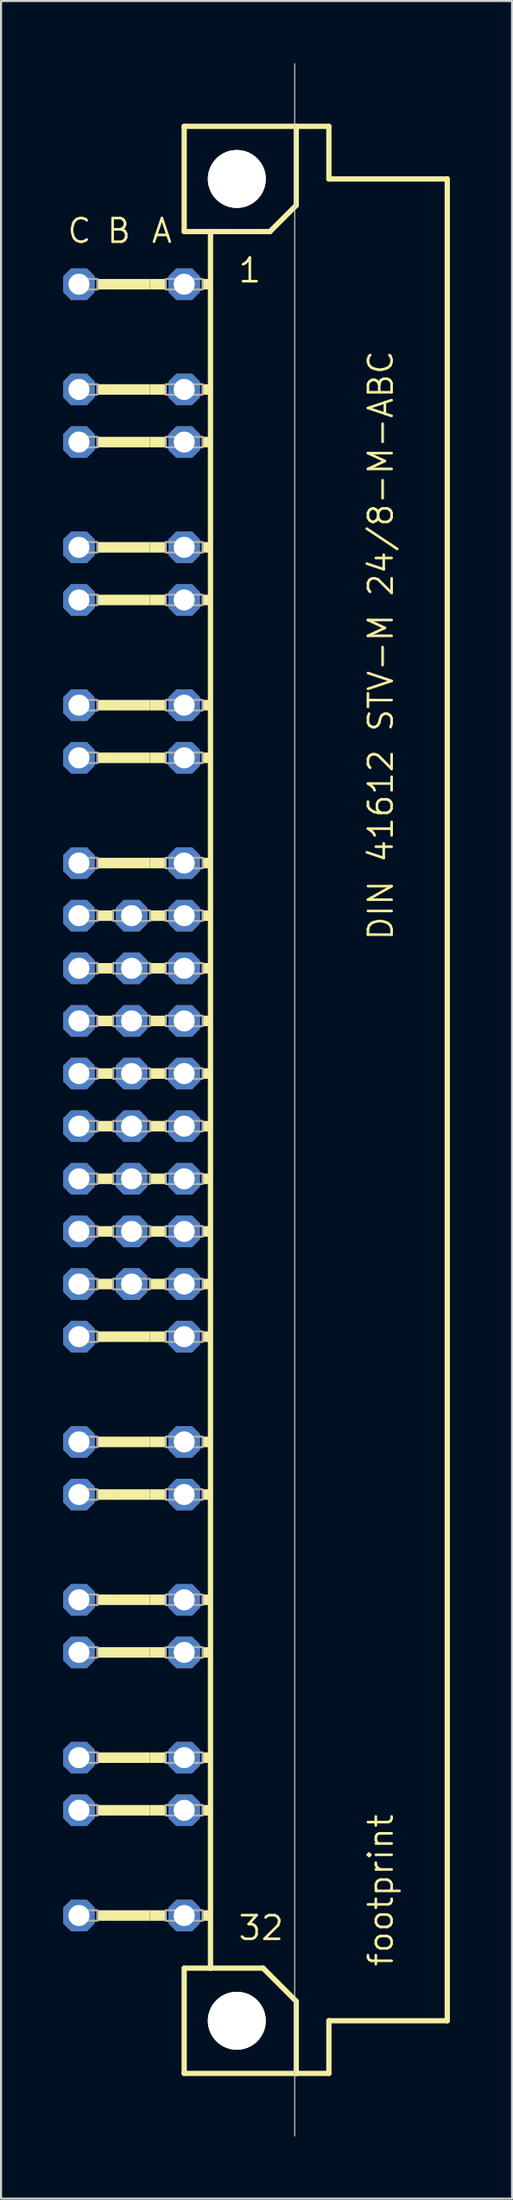
<source format=kicad_pcb>
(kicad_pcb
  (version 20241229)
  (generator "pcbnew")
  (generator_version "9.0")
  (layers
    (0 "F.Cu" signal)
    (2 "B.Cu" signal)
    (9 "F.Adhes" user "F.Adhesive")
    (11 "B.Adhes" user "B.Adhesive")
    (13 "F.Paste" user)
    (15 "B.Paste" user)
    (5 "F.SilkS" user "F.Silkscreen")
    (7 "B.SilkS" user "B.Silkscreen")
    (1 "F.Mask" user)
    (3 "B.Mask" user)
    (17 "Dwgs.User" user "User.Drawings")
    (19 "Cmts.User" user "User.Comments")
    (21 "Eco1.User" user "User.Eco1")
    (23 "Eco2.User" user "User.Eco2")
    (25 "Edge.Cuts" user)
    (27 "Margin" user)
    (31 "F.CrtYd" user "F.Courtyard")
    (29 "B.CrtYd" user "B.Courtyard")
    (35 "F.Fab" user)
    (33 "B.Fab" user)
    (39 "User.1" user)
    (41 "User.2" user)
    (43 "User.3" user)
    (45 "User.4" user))
  (footprint "footprint"
    (layer "F.Cu")
    (at 8.382 50.038)
    (property "Reference" "footprint" (at 7.62 41.91 90) (layer "F.SilkS") (effects (font (size 1.143 1.143) (thickness 0.127)) (justify left bottom)))
    (fp_line (start -2.54 -46.99) (end -2.54 -41.91) (stroke (width 0.254) (type solid)) (layer "F.SilkS"))
    (fp_line (start -2.54 -41.91) (end -1.27 -41.91) (stroke (width 0.254) (type solid)) (layer "F.SilkS"))
    (fp_line (start -2.54 41.91) (end -2.54 46.99) (stroke (width 0.254) (type solid)) (layer "F.SilkS"))
    (fp_line (start -2.54 41.91) (end -1.27 41.91) (stroke (width 0.254) (type solid)) (layer "F.SilkS"))
    (fp_line (start -2.54 46.99) (end 2.87 46.99) (stroke (width 0.254) (type solid)) (layer "F.SilkS"))
    (fp_line (start -1.27 -41.91) (end -1.27 41.91) (stroke (width 0.254) (type solid)) (layer "F.SilkS"))
    (fp_line (start -1.27 -41.91) (end 1.6 -41.91) (stroke (width 0.254) (type solid)) (layer "F.SilkS"))
    (fp_line (start -1.27 41.91) (end 1.27 41.91) (stroke (width 0.254) (type solid)) (layer "F.SilkS"))
    (fp_line (start 1.6 -41.91) (end 2.87 -43.18) (stroke (width 0.254) (type solid)) (layer "F.SilkS"))
    (fp_line (start 2.87 -46.99) (end -2.54 -46.99) (stroke (width 0.254) (type solid)) (layer "F.SilkS"))
    (fp_line (start 2.87 -43.18) (end 2.87 -46.99) (stroke (width 0.254) (type solid)) (layer "F.SilkS"))
    (fp_line (start 2.87 43.51) (end 1.27 41.91) (stroke (width 0.254) (type solid)) (layer "F.SilkS"))
    (fp_line (start 2.87 43.51) (end 2.87 46.99) (stroke (width 0.254) (type solid)) (layer "F.SilkS"))
    (fp_line (start 2.87 46.99) (end 4.445 46.99) (stroke (width 0.254) (type solid)) (layer "F.SilkS"))
    (fp_line (start 4.445 -46.99) (end 2.87 -46.99) (stroke (width 0.254) (type solid)) (layer "F.SilkS"))
    (fp_line (start 4.445 -44.45) (end 4.445 -46.99) (stroke (width 0.254) (type solid)) (layer "F.SilkS"))
    (fp_line (start 4.445 44.45) (end 10.16 44.45) (stroke (width 0.254) (type solid)) (layer "F.SilkS"))
    (fp_line (start 4.445 46.99) (end 4.445 44.45) (stroke (width 0.254) (type solid)) (layer "F.SilkS"))
    (fp_line (start 10.16 -44.45) (end 4.445 -44.45) (stroke (width 0.254) (type solid)) (layer "F.SilkS"))
    (fp_line (start 10.16 44.45) (end 10.16 -44.45) (stroke (width 0.254) (type solid)) (layer "F.SilkS"))
    (fp_circle (center 0 -44.45) (end 1.27 -44.45) (stroke (width 0.254) (type solid)) (fill no) (layer "F.SilkS"))
    (fp_circle (center 0 44.45) (end 1.27 44.45) (stroke (width 0.254) (type solid)) (fill no) (layer "F.SilkS"))
    (fp_poly (pts (xy -6.731 -39.116) (xy -5.969 -39.116) (xy -5.969 -39.624) (xy -6.731 -39.624)) (stroke (width 0) (type solid)) (fill yes) (layer "F.SilkS"))
    (fp_poly (pts (xy -6.731 -34.036) (xy -5.969 -34.036) (xy -5.969 -34.544) (xy -6.731 -34.544)) (stroke (width 0) (type solid)) (fill yes) (layer "F.SilkS"))
    (fp_poly (pts (xy -6.731 -31.496) (xy -5.969 -31.496) (xy -5.969 -32.004) (xy -6.731 -32.004)) (stroke (width 0) (type solid)) (fill yes) (layer "F.SilkS"))
    (fp_poly (pts (xy -6.731 -26.416) (xy -5.969 -26.416) (xy -5.969 -26.924) (xy -6.731 -26.924)) (stroke (width 0) (type solid)) (fill yes) (layer "F.SilkS"))
    (fp_poly (pts (xy -6.731 -23.876) (xy -5.969 -23.876) (xy -5.969 -24.384) (xy -6.731 -24.384)) (stroke (width 0) (type solid)) (fill yes) (layer "F.SilkS"))
    (fp_poly (pts (xy -6.731 -18.796) (xy -5.969 -18.796) (xy -5.969 -19.304) (xy -6.731 -19.304)) (stroke (width 0) (type solid)) (fill yes) (layer "F.SilkS"))
    (fp_poly (pts (xy -6.731 -16.256) (xy -5.969 -16.256) (xy -5.969 -16.764) (xy -6.731 -16.764)) (stroke (width 0) (type solid)) (fill yes) (layer "F.SilkS"))
    (fp_poly (pts (xy -6.731 -11.176) (xy -5.969 -11.176) (xy -5.969 -11.684) (xy -6.731 -11.684)) (stroke (width 0) (type solid)) (fill yes) (layer "F.SilkS"))
    (fp_poly (pts (xy -6.731 -8.636) (xy -5.969 -8.636) (xy -5.969 -9.144) (xy -6.731 -9.144)) (stroke (width 0) (type solid)) (fill yes) (layer "F.SilkS"))
    (fp_poly (pts (xy -6.731 -6.096) (xy -5.969 -6.096) (xy -5.969 -6.604) (xy -6.731 -6.604)) (stroke (width 0) (type solid)) (fill yes) (layer "F.SilkS"))
    (fp_poly (pts (xy -6.731 -3.556) (xy -5.969 -3.556) (xy -5.969 -4.064) (xy -6.731 -4.064)) (stroke (width 0) (type solid)) (fill yes) (layer "F.SilkS"))
    (fp_poly (pts (xy -6.731 -1.016) (xy -5.969 -1.016) (xy -5.969 -1.524) (xy -6.731 -1.524)) (stroke (width 0) (type solid)) (fill yes) (layer "F.SilkS"))
    (fp_poly (pts (xy -6.731 1.524) (xy -5.969 1.524) (xy -5.969 1.016) (xy -6.731 1.016)) (stroke (width 0) (type solid)) (fill yes) (layer "F.SilkS"))
    (fp_poly (pts (xy -6.731 4.064) (xy -5.969 4.064) (xy -5.969 3.556) (xy -6.731 3.556)) (stroke (width 0) (type solid)) (fill yes) (layer "F.SilkS"))
    (fp_poly (pts (xy -6.731 6.604) (xy -5.969 6.604) (xy -5.969 6.096) (xy -6.731 6.096)) (stroke (width 0) (type solid)) (fill yes) (layer "F.SilkS"))
    (fp_poly (pts (xy -6.731 9.144) (xy -5.969 9.144) (xy -5.969 8.636) (xy -6.731 8.636)) (stroke (width 0) (type solid)) (fill yes) (layer "F.SilkS"))
    (fp_poly (pts (xy -6.731 11.684) (xy -5.969 11.684) (xy -5.969 11.176) (xy -6.731 11.176)) (stroke (width 0) (type solid)) (fill yes) (layer "F.SilkS"))
    (fp_poly (pts (xy -6.731 16.764) (xy -5.969 16.764) (xy -5.969 16.256) (xy -6.731 16.256)) (stroke (width 0) (type solid)) (fill yes) (layer "F.SilkS"))
    (fp_poly (pts (xy -6.731 19.304) (xy -5.969 19.304) (xy -5.969 18.796) (xy -6.731 18.796)) (stroke (width 0) (type solid)) (fill yes) (layer "F.SilkS"))
    (fp_poly (pts (xy -6.731 24.384) (xy -5.969 24.384) (xy -5.969 23.876) (xy -6.731 23.876)) (stroke (width 0) (type solid)) (fill yes) (layer "F.SilkS"))
    (fp_poly (pts (xy -6.731 26.924) (xy -5.969 26.924) (xy -5.969 26.416) (xy -6.731 26.416)) (stroke (width 0) (type solid)) (fill yes) (layer "F.SilkS"))
    (fp_poly (pts (xy -6.731 32.004) (xy -5.969 32.004) (xy -5.969 31.496) (xy -6.731 31.496)) (stroke (width 0) (type solid)) (fill yes) (layer "F.SilkS"))
    (fp_poly (pts (xy -6.731 34.544) (xy -5.969 34.544) (xy -5.969 34.036) (xy -6.731 34.036)) (stroke (width 0) (type solid)) (fill yes) (layer "F.SilkS"))
    (fp_poly (pts (xy -6.731 39.624) (xy -5.969 39.624) (xy -5.969 39.116) (xy -6.731 39.116)) (stroke (width 0) (type solid)) (fill yes) (layer "F.SilkS"))
    (fp_poly (pts (xy -5.969 -39.116) (xy -4.191 -39.116) (xy -4.191 -39.624) (xy -5.969 -39.624)) (stroke (width 0) (type solid)) (fill yes) (layer "F.SilkS"))
    (fp_poly (pts (xy -5.969 -34.036) (xy -4.191 -34.036) (xy -4.191 -34.544) (xy -5.969 -34.544)) (stroke (width 0) (type solid)) (fill yes) (layer "F.SilkS"))
    (fp_poly (pts (xy -5.969 -31.496) (xy -4.191 -31.496) (xy -4.191 -32.004) (xy -5.969 -32.004)) (stroke (width 0) (type solid)) (fill yes) (layer "F.SilkS"))
    (fp_poly (pts (xy -5.969 -26.416) (xy -4.191 -26.416) (xy -4.191 -26.924) (xy -5.969 -26.924)) (stroke (width 0) (type solid)) (fill yes) (layer "F.SilkS"))
    (fp_poly (pts (xy -5.969 -23.876) (xy -4.191 -23.876) (xy -4.191 -24.384) (xy -5.969 -24.384)) (stroke (width 0) (type solid)) (fill yes) (layer "F.SilkS"))
    (fp_poly (pts (xy -5.969 -18.796) (xy -4.191 -18.796) (xy -4.191 -19.304) (xy -5.969 -19.304)) (stroke (width 0) (type solid)) (fill yes) (layer "F.SilkS"))
    (fp_poly (pts (xy -5.969 -16.256) (xy -4.191 -16.256) (xy -4.191 -16.764) (xy -5.969 -16.764)) (stroke (width 0) (type solid)) (fill yes) (layer "F.SilkS"))
    (fp_poly (pts (xy -5.969 -11.176) (xy -4.191 -11.176) (xy -4.191 -11.684) (xy -5.969 -11.684)) (stroke (width 0) (type solid)) (fill yes) (layer "F.SilkS"))
    (fp_poly (pts (xy -5.969 11.684) (xy -4.191 11.684) (xy -4.191 11.176) (xy -5.969 11.176)) (stroke (width 0) (type solid)) (fill yes) (layer "F.SilkS"))
    (fp_poly (pts (xy -5.969 16.764) (xy -4.191 16.764) (xy -4.191 16.256) (xy -5.969 16.256)) (stroke (width 0) (type solid)) (fill yes) (layer "F.SilkS"))
    (fp_poly (pts (xy -5.969 19.304) (xy -4.191 19.304) (xy -4.191 18.796) (xy -5.969 18.796)) (stroke (width 0) (type solid)) (fill yes) (layer "F.SilkS"))
    (fp_poly (pts (xy -5.969 24.384) (xy -4.191 24.384) (xy -4.191 23.876) (xy -5.969 23.876)) (stroke (width 0) (type solid)) (fill yes) (layer "F.SilkS"))
    (fp_poly (pts (xy -5.969 26.924) (xy -4.191 26.924) (xy -4.191 26.416) (xy -5.969 26.416)) (stroke (width 0) (type solid)) (fill yes) (layer "F.SilkS"))
    (fp_poly (pts (xy -5.969 32.004) (xy -4.191 32.004) (xy -4.191 31.496) (xy -5.969 31.496)) (stroke (width 0) (type solid)) (fill yes) (layer "F.SilkS"))
    (fp_poly (pts (xy -5.969 34.544) (xy -4.191 34.544) (xy -4.191 34.036) (xy -5.969 34.036)) (stroke (width 0) (type solid)) (fill yes) (layer "F.SilkS"))
    (fp_poly (pts (xy -5.969 39.624) (xy -4.191 39.624) (xy -4.191 39.116) (xy -5.969 39.116)) (stroke (width 0) (type solid)) (fill yes) (layer "F.SilkS"))
    (fp_poly (pts (xy -4.191 -39.116) (xy -3.429 -39.116) (xy -3.429 -39.624) (xy -4.191 -39.624)) (stroke (width 0) (type solid)) (fill yes) (layer "F.SilkS"))
    (fp_poly (pts (xy -4.191 -34.036) (xy -3.429 -34.036) (xy -3.429 -34.544) (xy -4.191 -34.544)) (stroke (width 0) (type solid)) (fill yes) (layer "F.SilkS"))
    (fp_poly (pts (xy -4.191 -31.496) (xy -3.429 -31.496) (xy -3.429 -32.004) (xy -4.191 -32.004)) (stroke (width 0) (type solid)) (fill yes) (layer "F.SilkS"))
    (fp_poly (pts (xy -4.191 -26.416) (xy -3.429 -26.416) (xy -3.429 -26.924) (xy -4.191 -26.924)) (stroke (width 0) (type solid)) (fill yes) (layer "F.SilkS"))
    (fp_poly (pts (xy -4.191 -23.876) (xy -3.429 -23.876) (xy -3.429 -24.384) (xy -4.191 -24.384)) (stroke (width 0) (type solid)) (fill yes) (layer "F.SilkS"))
    (fp_poly (pts (xy -4.191 -18.796) (xy -3.429 -18.796) (xy -3.429 -19.304) (xy -4.191 -19.304)) (stroke (width 0) (type solid)) (fill yes) (layer "F.SilkS"))
    (fp_poly (pts (xy -4.191 -16.256) (xy -3.429 -16.256) (xy -3.429 -16.764) (xy -4.191 -16.764)) (stroke (width 0) (type solid)) (fill yes) (layer "F.SilkS"))
    (fp_poly (pts (xy -4.191 -11.176) (xy -3.429 -11.176) (xy -3.429 -11.684) (xy -4.191 -11.684)) (stroke (width 0) (type solid)) (fill yes) (layer "F.SilkS"))
    (fp_poly (pts (xy -4.191 -8.636) (xy -3.429 -8.636) (xy -3.429 -9.144) (xy -4.191 -9.144)) (stroke (width 0) (type solid)) (fill yes) (layer "F.SilkS"))
    (fp_poly (pts (xy -4.191 -6.096) (xy -3.429 -6.096) (xy -3.429 -6.604) (xy -4.191 -6.604)) (stroke (width 0) (type solid)) (fill yes) (layer "F.SilkS"))
    (fp_poly (pts (xy -4.191 -3.556) (xy -3.429 -3.556) (xy -3.429 -4.064) (xy -4.191 -4.064)) (stroke (width 0) (type solid)) (fill yes) (layer "F.SilkS"))
    (fp_poly (pts (xy -4.191 -1.016) (xy -3.429 -1.016) (xy -3.429 -1.524) (xy -4.191 -1.524)) (stroke (width 0) (type solid)) (fill yes) (layer "F.SilkS"))
    (fp_poly (pts (xy -4.191 1.524) (xy -3.429 1.524) (xy -3.429 1.016) (xy -4.191 1.016)) (stroke (width 0) (type solid)) (fill yes) (layer "F.SilkS"))
    (fp_poly (pts (xy -4.191 4.064) (xy -3.429 4.064) (xy -3.429 3.556) (xy -4.191 3.556)) (stroke (width 0) (type solid)) (fill yes) (layer "F.SilkS"))
    (fp_poly (pts (xy -4.191 6.604) (xy -3.429 6.604) (xy -3.429 6.096) (xy -4.191 6.096)) (stroke (width 0) (type solid)) (fill yes) (layer "F.SilkS"))
    (fp_poly (pts (xy -4.191 9.144) (xy -3.429 9.144) (xy -3.429 8.636) (xy -4.191 8.636)) (stroke (width 0) (type solid)) (fill yes) (layer "F.SilkS"))
    (fp_poly (pts (xy -4.191 11.684) (xy -3.429 11.684) (xy -3.429 11.176) (xy -4.191 11.176)) (stroke (width 0) (type solid)) (fill yes) (layer "F.SilkS"))
    (fp_poly (pts (xy -4.191 16.764) (xy -3.429 16.764) (xy -3.429 16.256) (xy -4.191 16.256)) (stroke (width 0) (type solid)) (fill yes) (layer "F.SilkS"))
    (fp_poly (pts (xy -4.191 19.304) (xy -3.429 19.304) (xy -3.429 18.796) (xy -4.191 18.796)) (stroke (width 0) (type solid)) (fill yes) (layer "F.SilkS"))
    (fp_poly (pts (xy -4.191 24.384) (xy -3.429 24.384) (xy -3.429 23.876) (xy -4.191 23.876)) (stroke (width 0) (type solid)) (fill yes) (layer "F.SilkS"))
    (fp_poly (pts (xy -4.191 26.924) (xy -3.429 26.924) (xy -3.429 26.416) (xy -4.191 26.416)) (stroke (width 0) (type solid)) (fill yes) (layer "F.SilkS"))
    (fp_poly (pts (xy -4.191 32.004) (xy -3.429 32.004) (xy -3.429 31.496) (xy -4.191 31.496)) (stroke (width 0) (type solid)) (fill yes) (layer "F.SilkS"))
    (fp_poly (pts (xy -4.191 34.544) (xy -3.429 34.544) (xy -3.429 34.036) (xy -4.191 34.036)) (stroke (width 0) (type solid)) (fill yes) (layer "F.SilkS"))
    (fp_poly (pts (xy -4.191 39.624) (xy -3.429 39.624) (xy -3.429 39.116) (xy -4.191 39.116)) (stroke (width 0) (type solid)) (fill yes) (layer "F.SilkS"))
    (fp_poly (pts (xy -1.651 -39.116) (xy -1.27 -39.116) (xy -1.27 -39.624) (xy -1.651 -39.624)) (stroke (width 0) (type solid)) (fill yes) (layer "F.SilkS"))
    (fp_poly (pts (xy -1.651 -34.036) (xy -1.27 -34.036) (xy -1.27 -34.544) (xy -1.651 -34.544)) (stroke (width 0) (type solid)) (fill yes) (layer "F.SilkS"))
    (fp_poly (pts (xy -1.651 -31.496) (xy -1.27 -31.496) (xy -1.27 -32.004) (xy -1.651 -32.004)) (stroke (width 0) (type solid)) (fill yes) (layer "F.SilkS"))
    (fp_poly (pts (xy -1.651 -26.416) (xy -1.27 -26.416) (xy -1.27 -26.924) (xy -1.651 -26.924)) (stroke (width 0) (type solid)) (fill yes) (layer "F.SilkS"))
    (fp_poly (pts (xy -1.651 -23.876) (xy -1.27 -23.876) (xy -1.27 -24.384) (xy -1.651 -24.384)) (stroke (width 0) (type solid)) (fill yes) (layer "F.SilkS"))
    (fp_poly (pts (xy -1.651 -18.796) (xy -1.27 -18.796) (xy -1.27 -19.304) (xy -1.651 -19.304)) (stroke (width 0) (type solid)) (fill yes) (layer "F.SilkS"))
    (fp_poly (pts (xy -1.651 -16.256) (xy -1.27 -16.256) (xy -1.27 -16.764) (xy -1.651 -16.764)) (stroke (width 0) (type solid)) (fill yes) (layer "F.SilkS"))
    (fp_poly (pts (xy -1.651 -11.176) (xy -1.27 -11.176) (xy -1.27 -11.684) (xy -1.651 -11.684)) (stroke (width 0) (type solid)) (fill yes) (layer "F.SilkS"))
    (fp_poly (pts (xy -1.651 -8.636) (xy -1.27 -8.636) (xy -1.27 -9.144) (xy -1.651 -9.144)) (stroke (width 0) (type solid)) (fill yes) (layer "F.SilkS"))
    (fp_poly (pts (xy -1.651 -6.096) (xy -1.27 -6.096) (xy -1.27 -6.604) (xy -1.651 -6.604)) (stroke (width 0) (type solid)) (fill yes) (layer "F.SilkS"))
    (fp_poly (pts (xy -1.651 -3.556) (xy -1.27 -3.556) (xy -1.27 -4.064) (xy -1.651 -4.064)) (stroke (width 0) (type solid)) (fill yes) (layer "F.SilkS"))
    (fp_poly (pts (xy -1.651 -1.016) (xy -1.27 -1.016) (xy -1.27 -1.524) (xy -1.651 -1.524)) (stroke (width 0) (type solid)) (fill yes) (layer "F.SilkS"))
    (fp_poly (pts (xy -1.651 1.524) (xy -1.27 1.524) (xy -1.27 1.016) (xy -1.651 1.016)) (stroke (width 0) (type solid)) (fill yes) (layer "F.SilkS"))
    (fp_poly (pts (xy -1.651 4.064) (xy -1.27 4.064) (xy -1.27 3.556) (xy -1.651 3.556)) (stroke (width 0) (type solid)) (fill yes) (layer "F.SilkS"))
    (fp_poly (pts (xy -1.651 6.604) (xy -1.27 6.604) (xy -1.27 6.096) (xy -1.651 6.096)) (stroke (width 0) (type solid)) (fill yes) (layer "F.SilkS"))
    (fp_poly (pts (xy -1.651 9.144) (xy -1.27 9.144) (xy -1.27 8.636) (xy -1.651 8.636)) (stroke (width 0) (type solid)) (fill yes) (layer "F.SilkS"))
    (fp_poly (pts (xy -1.651 11.684) (xy -1.27 11.684) (xy -1.27 11.176) (xy -1.651 11.176)) (stroke (width 0) (type solid)) (fill yes) (layer "F.SilkS"))
    (fp_poly (pts (xy -1.651 16.764) (xy -1.27 16.764) (xy -1.27 16.256) (xy -1.651 16.256)) (stroke (width 0) (type solid)) (fill yes) (layer "F.SilkS"))
    (fp_poly (pts (xy -1.651 19.304) (xy -1.27 19.304) (xy -1.27 18.796) (xy -1.651 18.796)) (stroke (width 0) (type solid)) (fill yes) (layer "F.SilkS"))
    (fp_poly (pts (xy -1.651 24.384) (xy -1.27 24.384) (xy -1.27 23.876) (xy -1.651 23.876)) (stroke (width 0) (type solid)) (fill yes) (layer "F.SilkS"))
    (fp_poly (pts (xy -1.651 26.924) (xy -1.27 26.924) (xy -1.27 26.416) (xy -1.651 26.416)) (stroke (width 0) (type solid)) (fill yes) (layer "F.SilkS"))
    (fp_poly (pts (xy -1.651 32.004) (xy -1.27 32.004) (xy -1.27 31.496) (xy -1.651 31.496)) (stroke (width 0) (type solid)) (fill yes) (layer "F.SilkS"))
    (fp_poly (pts (xy -1.651 34.544) (xy -1.27 34.544) (xy -1.27 34.036) (xy -1.651 34.036)) (stroke (width 0) (type solid)) (fill yes) (layer "F.SilkS"))
    (fp_poly (pts (xy -1.651 39.624) (xy -1.27 39.624) (xy -1.27 39.116) (xy -1.651 39.116)) (stroke (width 0) (type solid)) (fill yes) (layer "F.SilkS"))
    (fp_line (start 2.794 50.013) (end 2.794 -50.013) (stroke (width 0.05) (type solid)) (layer "Edge.Cuts"))
    (fp_poly (pts (xy -7.874 -39.116) (xy -6.731 -39.116) (xy -6.731 -39.624) (xy -7.874 -39.624)) (stroke (width 0.1) (type solid)) (fill no) (layer "F.Fab"))
    (fp_poly (pts (xy -7.874 -34.036) (xy -6.731 -34.036) (xy -6.731 -34.544) (xy -7.874 -34.544)) (stroke (width 0.1) (type solid)) (fill no) (layer "F.Fab"))
    (fp_poly (pts (xy -7.874 -31.496) (xy -6.731 -31.496) (xy -6.731 -32.004) (xy -7.874 -32.004)) (stroke (width 0.1) (type solid)) (fill no) (layer "F.Fab"))
    (fp_poly (pts (xy -7.874 -26.416) (xy -6.731 -26.416) (xy -6.731 -26.924) (xy -7.874 -26.924)) (stroke (width 0.1) (type solid)) (fill no) (layer "F.Fab"))
    (fp_poly (pts (xy -7.874 -23.876) (xy -6.731 -23.876) (xy -6.731 -24.384) (xy -7.874 -24.384)) (stroke (width 0.1) (type solid)) (fill no) (layer "F.Fab"))
    (fp_poly (pts (xy -7.874 -18.796) (xy -6.731 -18.796) (xy -6.731 -19.304) (xy -7.874 -19.304)) (stroke (width 0.1) (type solid)) (fill no) (layer "F.Fab"))
    (fp_poly (pts (xy -7.874 -16.256) (xy -6.731 -16.256) (xy -6.731 -16.764) (xy -7.874 -16.764)) (stroke (width 0.1) (type solid)) (fill no) (layer "F.Fab"))
    (fp_poly (pts (xy -7.874 -11.176) (xy -6.731 -11.176) (xy -6.731 -11.684) (xy -7.874 -11.684)) (stroke (width 0.1) (type solid)) (fill no) (layer "F.Fab"))
    (fp_poly (pts (xy -7.874 -8.636) (xy -6.731 -8.636) (xy -6.731 -9.144) (xy -7.874 -9.144)) (stroke (width 0.1) (type solid)) (fill no) (layer "F.Fab"))
    (fp_poly (pts (xy -7.874 -6.096) (xy -6.731 -6.096) (xy -6.731 -6.604) (xy -7.874 -6.604)) (stroke (width 0.1) (type solid)) (fill no) (layer "F.Fab"))
    (fp_poly (pts (xy -7.874 -3.556) (xy -6.731 -3.556) (xy -6.731 -4.064) (xy -7.874 -4.064)) (stroke (width 0.1) (type solid)) (fill no) (layer "F.Fab"))
    (fp_poly (pts (xy -7.874 -1.016) (xy -6.731 -1.016) (xy -6.731 -1.524) (xy -7.874 -1.524)) (stroke (width 0.1) (type solid)) (fill no) (layer "F.Fab"))
    (fp_poly (pts (xy -7.874 1.524) (xy -6.731 1.524) (xy -6.731 1.016) (xy -7.874 1.016)) (stroke (width 0.1) (type solid)) (fill no) (layer "F.Fab"))
    (fp_poly (pts (xy -7.874 4.064) (xy -6.731 4.064) (xy -6.731 3.556) (xy -7.874 3.556)) (stroke (width 0.1) (type solid)) (fill no) (layer "F.Fab"))
    (fp_poly (pts (xy -7.874 6.604) (xy -6.731 6.604) (xy -6.731 6.096) (xy -7.874 6.096)) (stroke (width 0.1) (type solid)) (fill no) (layer "F.Fab"))
    (fp_poly (pts (xy -7.874 9.144) (xy -6.731 9.144) (xy -6.731 8.636) (xy -7.874 8.636)) (stroke (width 0.1) (type solid)) (fill no) (layer "F.Fab"))
    (fp_poly (pts (xy -7.874 11.684) (xy -6.731 11.684) (xy -6.731 11.176) (xy -7.874 11.176)) (stroke (width 0.1) (type solid)) (fill no) (layer "F.Fab"))
    (fp_poly (pts (xy -7.874 16.764) (xy -6.731 16.764) (xy -6.731 16.256) (xy -7.874 16.256)) (stroke (width 0.1) (type solid)) (fill no) (layer "F.Fab"))
    (fp_poly (pts (xy -7.874 19.304) (xy -6.731 19.304) (xy -6.731 18.796) (xy -7.874 18.796)) (stroke (width 0.1) (type solid)) (fill no) (layer "F.Fab"))
    (fp_poly (pts (xy -7.874 24.384) (xy -6.731 24.384) (xy -6.731 23.876) (xy -7.874 23.876)) (stroke (width 0.1) (type solid)) (fill no) (layer "F.Fab"))
    (fp_poly (pts (xy -7.874 26.924) (xy -6.731 26.924) (xy -6.731 26.416) (xy -7.874 26.416)) (stroke (width 0.1) (type solid)) (fill no) (layer "F.Fab"))
    (fp_poly (pts (xy -7.874 32.004) (xy -6.731 32.004) (xy -6.731 31.496) (xy -7.874 31.496)) (stroke (width 0.1) (type solid)) (fill no) (layer "F.Fab"))
    (fp_poly (pts (xy -7.874 34.544) (xy -6.731 34.544) (xy -6.731 34.036) (xy -7.874 34.036)) (stroke (width 0.1) (type solid)) (fill no) (layer "F.Fab"))
    (fp_poly (pts (xy -7.874 39.624) (xy -6.731 39.624) (xy -6.731 39.116) (xy -7.874 39.116)) (stroke (width 0.1) (type solid)) (fill no) (layer "F.Fab"))
    (fp_poly (pts (xy -5.969 -8.636) (xy -4.191 -8.636) (xy -4.191 -9.144) (xy -5.969 -9.144)) (stroke (width 0.1) (type solid)) (fill no) (layer "F.Fab"))
    (fp_poly (pts (xy -5.969 -6.096) (xy -4.191 -6.096) (xy -4.191 -6.604) (xy -5.969 -6.604)) (stroke (width 0.1) (type solid)) (fill no) (layer "F.Fab"))
    (fp_poly (pts (xy -5.969 -3.556) (xy -4.191 -3.556) (xy -4.191 -4.064) (xy -5.969 -4.064)) (stroke (width 0.1) (type solid)) (fill no) (layer "F.Fab"))
    (fp_poly (pts (xy -5.969 -1.016) (xy -4.191 -1.016) (xy -4.191 -1.524) (xy -5.969 -1.524)) (stroke (width 0.1) (type solid)) (fill no) (layer "F.Fab"))
    (fp_poly (pts (xy -5.969 1.524) (xy -4.191 1.524) (xy -4.191 1.016) (xy -5.969 1.016)) (stroke (width 0.1) (type solid)) (fill no) (layer "F.Fab"))
    (fp_poly (pts (xy -5.969 4.064) (xy -4.191 4.064) (xy -4.191 3.556) (xy -5.969 3.556)) (stroke (width 0.1) (type solid)) (fill no) (layer "F.Fab"))
    (fp_poly (pts (xy -5.969 6.604) (xy -4.191 6.604) (xy -4.191 6.096) (xy -5.969 6.096)) (stroke (width 0.1) (type solid)) (fill no) (layer "F.Fab"))
    (fp_poly (pts (xy -5.969 9.144) (xy -4.191 9.144) (xy -4.191 8.636) (xy -5.969 8.636)) (stroke (width 0.1) (type solid)) (fill no) (layer "F.Fab"))
    (fp_poly (pts (xy -3.429 -39.116) (xy -1.651 -39.116) (xy -1.651 -39.624) (xy -3.429 -39.624)) (stroke (width 0.1) (type solid)) (fill no) (layer "F.Fab"))
    (fp_poly (pts (xy -3.429 -34.036) (xy -1.651 -34.036) (xy -1.651 -34.544) (xy -3.429 -34.544)) (stroke (width 0.1) (type solid)) (fill no) (layer "F.Fab"))
    (fp_poly (pts (xy -3.429 -31.496) (xy -1.651 -31.496) (xy -1.651 -32.004) (xy -3.429 -32.004)) (stroke (width 0.1) (type solid)) (fill no) (layer "F.Fab"))
    (fp_poly (pts (xy -3.429 -26.416) (xy -1.651 -26.416) (xy -1.651 -26.924) (xy -3.429 -26.924)) (stroke (width 0.1) (type solid)) (fill no) (layer "F.Fab"))
    (fp_poly (pts (xy -3.429 -23.876) (xy -1.651 -23.876) (xy -1.651 -24.384) (xy -3.429 -24.384)) (stroke (width 0.1) (type solid)) (fill no) (layer "F.Fab"))
    (fp_poly (pts (xy -3.429 -18.796) (xy -1.651 -18.796) (xy -1.651 -19.304) (xy -3.429 -19.304)) (stroke (width 0.1) (type solid)) (fill no) (layer "F.Fab"))
    (fp_poly (pts (xy -3.429 -16.256) (xy -1.651 -16.256) (xy -1.651 -16.764) (xy -3.429 -16.764)) (stroke (width 0.1) (type solid)) (fill no) (layer "F.Fab"))
    (fp_poly (pts (xy -3.429 -11.176) (xy -1.651 -11.176) (xy -1.651 -11.684) (xy -3.429 -11.684)) (stroke (width 0.1) (type solid)) (fill no) (layer "F.Fab"))
    (fp_poly (pts (xy -3.429 -8.636) (xy -1.651 -8.636) (xy -1.651 -9.144) (xy -3.429 -9.144)) (stroke (width 0.1) (type solid)) (fill no) (layer "F.Fab"))
    (fp_poly (pts (xy -3.429 -6.096) (xy -1.651 -6.096) (xy -1.651 -6.604) (xy -3.429 -6.604)) (stroke (width 0.1) (type solid)) (fill no) (layer "F.Fab"))
    (fp_poly (pts (xy -3.429 -3.556) (xy -1.651 -3.556) (xy -1.651 -4.064) (xy -3.429 -4.064)) (stroke (width 0.1) (type solid)) (fill no) (layer "F.Fab"))
    (fp_poly (pts (xy -3.429 -1.016) (xy -1.651 -1.016) (xy -1.651 -1.524) (xy -3.429 -1.524)) (stroke (width 0.1) (type solid)) (fill no) (layer "F.Fab"))
    (fp_poly (pts (xy -3.429 1.524) (xy -1.651 1.524) (xy -1.651 1.016) (xy -3.429 1.016)) (stroke (width 0.1) (type solid)) (fill no) (layer "F.Fab"))
    (fp_poly (pts (xy -3.429 4.064) (xy -1.651 4.064) (xy -1.651 3.556) (xy -3.429 3.556)) (stroke (width 0.1) (type solid)) (fill no) (layer "F.Fab"))
    (fp_poly (pts (xy -3.429 6.604) (xy -1.651 6.604) (xy -1.651 6.096) (xy -3.429 6.096)) (stroke (width 0.1) (type solid)) (fill no) (layer "F.Fab"))
    (fp_poly (pts (xy -3.429 9.144) (xy -1.651 9.144) (xy -1.651 8.636) (xy -3.429 8.636)) (stroke (width 0.1) (type solid)) (fill no) (layer "F.Fab"))
    (fp_poly (pts (xy -3.429 11.684) (xy -1.651 11.684) (xy -1.651 11.176) (xy -3.429 11.176)) (stroke (width 0.1) (type solid)) (fill no) (layer "F.Fab"))
    (fp_poly (pts (xy -3.429 16.764) (xy -1.651 16.764) (xy -1.651 16.256) (xy -3.429 16.256)) (stroke (width 0.1) (type solid)) (fill no) (layer "F.Fab"))
    (fp_poly (pts (xy -3.429 19.304) (xy -1.651 19.304) (xy -1.651 18.796) (xy -3.429 18.796)) (stroke (width 0.1) (type solid)) (fill no) (layer "F.Fab"))
    (fp_poly (pts (xy -3.429 24.384) (xy -1.651 24.384) (xy -1.651 23.876) (xy -3.429 23.876)) (stroke (width 0.1) (type solid)) (fill no) (layer "F.Fab"))
    (fp_poly (pts (xy -3.429 26.924) (xy -1.651 26.924) (xy -1.651 26.416) (xy -3.429 26.416)) (stroke (width 0.1) (type solid)) (fill no) (layer "F.Fab"))
    (fp_poly (pts (xy -3.429 32.004) (xy -1.651 32.004) (xy -1.651 31.496) (xy -3.429 31.496)) (stroke (width 0.1) (type solid)) (fill no) (layer "F.Fab"))
    (fp_poly (pts (xy -3.429 34.544) (xy -1.651 34.544) (xy -1.651 34.036) (xy -3.429 34.036)) (stroke (width 0.1) (type solid)) (fill no) (layer "F.Fab"))
    (fp_poly (pts (xy -3.429 39.624) (xy -1.651 39.624) (xy -1.651 39.116) (xy -3.429 39.116)) (stroke (width 0.1) (type solid)) (fill no) (layer "F.Fab"))
    (fp_text user "DIN 41612 STV-M 24/8-M-ABC" (at 7.62 -7.62 90) (layer "F.SilkS") (effects (font (size 1.143 1.143) (thickness 0.127)) (justify left bottom)))
    (fp_text user "C" (at -8.255 -41.275 0) (layer "F.SilkS") (effects (font (size 1.143 1.143) (thickness 0.127)) (justify left bottom)))
    (fp_text user "B" (at -6.35 -41.275 0) (layer "F.SilkS") (effects (font (size 1.143 1.143) (thickness 0.127)) (justify left bottom)))
    (fp_text user "1" (at 0 -39.37 0) (layer "F.SilkS") (effects (font (size 1.143 1.143) (thickness 0.127)) (justify left bottom)))
    (fp_text user "32" (at 0 40.64 0) (layer "F.SilkS") (effects (font (size 1.143 1.143) (thickness 0.127)) (justify left bottom)))
    (fp_text user "A" (at -4.191 -41.275 0) (layer "F.SilkS") (effects (font (size 1.143 1.143) (thickness 0.127)) (justify left bottom)))
    (pad "" np_thru_hole circle (at 0 -44.45) (size 2.8 2.8) (drill 2.8) (layers "*.Cu" "*.Mask"))
    (pad "" np_thru_hole circle (at 0 44.45) (size 2.8 2.8) (drill 2.8) (layers "*.Cu" "*.Mask"))
    (pad "A1" thru_hole roundrect (at -2.54 -39.37) (size 1.524 1.524) (drill 1.016) (layers "*.Cu" "*.Mask") (roundrect_rratio 0.25) (chamfer_ratio 0.25) (chamfer top_left top_right bottom_left bottom_right))
    (pad "A3" thru_hole roundrect (at -2.54 -34.29) (size 1.524 1.524) (drill 1.016) (layers "*.Cu" "*.Mask") (roundrect_rratio 0.25) (chamfer_ratio 0.25) (chamfer top_left top_right bottom_left bottom_right))
    (pad "A4" thru_hole roundrect (at -2.54 -31.75) (size 1.524 1.524) (drill 1.016) (layers "*.Cu" "*.Mask") (roundrect_rratio 0.25) (chamfer_ratio 0.25) (chamfer top_left top_right bottom_left bottom_right))
    (pad "A6" thru_hole roundrect (at -2.54 -26.67) (size 1.524 1.524) (drill 1.016) (layers "*.Cu" "*.Mask") (roundrect_rratio 0.25) (chamfer_ratio 0.25) (chamfer top_left top_right bottom_left bottom_right))
    (pad "A7" thru_hole roundrect (at -2.54 -24.13) (size 1.524 1.524) (drill 1.016) (layers "*.Cu" "*.Mask") (roundrect_rratio 0.25) (chamfer_ratio 0.25) (chamfer top_left top_right bottom_left bottom_right))
    (pad "A9" thru_hole roundrect (at -2.54 -19.05) (size 1.524 1.524) (drill 1.016) (layers "*.Cu" "*.Mask") (roundrect_rratio 0.25) (chamfer_ratio 0.25) (chamfer top_left top_right bottom_left bottom_right))
    (pad "A10" thru_hole roundrect (at -2.54 -16.51) (size 1.524 1.524) (drill 1.016) (layers "*.Cu" "*.Mask") (roundrect_rratio 0.25) (chamfer_ratio 0.25) (chamfer top_left top_right bottom_left bottom_right))
    (pad "A12" thru_hole roundrect (at -2.54 -11.43) (size 1.524 1.524) (drill 1.016) (layers "*.Cu" "*.Mask") (roundrect_rratio 0.25) (chamfer_ratio 0.25) (chamfer top_left top_right bottom_left bottom_right))
    (pad "A13" thru_hole roundrect (at -2.54 -8.89) (size 1.524 1.524) (drill 1.016) (layers "*.Cu" "*.Mask") (roundrect_rratio 0.25) (chamfer_ratio 0.25) (chamfer top_left top_right bottom_left bottom_right))
    (pad "A14" thru_hole roundrect (at -2.54 -6.35) (size 1.524 1.524) (drill 1.016) (layers "*.Cu" "*.Mask") (roundrect_rratio 0.25) (chamfer_ratio 0.25) (chamfer top_left top_right bottom_left bottom_right))
    (pad "A15" thru_hole roundrect (at -2.54 -3.81) (size 1.524 1.524) (drill 1.016) (layers "*.Cu" "*.Mask") (roundrect_rratio 0.25) (chamfer_ratio 0.25) (chamfer top_left top_right bottom_left bottom_right))
    (pad "A16" thru_hole roundrect (at -2.54 -1.27) (size 1.524 1.524) (drill 1.016) (layers "*.Cu" "*.Mask") (roundrect_rratio 0.25) (chamfer_ratio 0.25) (chamfer top_left top_right bottom_left bottom_right))
    (pad "A17" thru_hole roundrect (at -2.54 1.27) (size 1.524 1.524) (drill 1.016) (layers "*.Cu" "*.Mask") (roundrect_rratio 0.25) (chamfer_ratio 0.25) (chamfer top_left top_right bottom_left bottom_right))
    (pad "A18" thru_hole roundrect (at -2.54 3.81) (size 1.524 1.524) (drill 1.016) (layers "*.Cu" "*.Mask") (roundrect_rratio 0.25) (chamfer_ratio 0.25) (chamfer top_left top_right bottom_left bottom_right))
    (pad "A19" thru_hole roundrect (at -2.54 6.35) (size 1.524 1.524) (drill 1.016) (layers "*.Cu" "*.Mask") (roundrect_rratio 0.25) (chamfer_ratio 0.25) (chamfer top_left top_right bottom_left bottom_right))
    (pad "A20" thru_hole roundrect (at -2.54 8.89) (size 1.524 1.524) (drill 1.016) (layers "*.Cu" "*.Mask") (roundrect_rratio 0.25) (chamfer_ratio 0.25) (chamfer top_left top_right bottom_left bottom_right))
    (pad "A21" thru_hole roundrect (at -2.54 11.43) (size 1.524 1.524) (drill 1.016) (layers "*.Cu" "*.Mask") (roundrect_rratio 0.25) (chamfer_ratio 0.25) (chamfer top_left top_right bottom_left bottom_right))
    (pad "A23" thru_hole roundrect (at -2.54 16.51) (size 1.524 1.524) (drill 1.016) (layers "*.Cu" "*.Mask") (roundrect_rratio 0.25) (chamfer_ratio 0.25) (chamfer top_left top_right bottom_left bottom_right))
    (pad "A24" thru_hole roundrect (at -2.54 19.05) (size 1.524 1.524) (drill 1.016) (layers "*.Cu" "*.Mask") (roundrect_rratio 0.25) (chamfer_ratio 0.25) (chamfer top_left top_right bottom_left bottom_right))
    (pad "A26" thru_hole roundrect (at -2.54 24.13) (size 1.524 1.524) (drill 1.016) (layers "*.Cu" "*.Mask") (roundrect_rratio 0.25) (chamfer_ratio 0.25) (chamfer top_left top_right bottom_left bottom_right))
    (pad "A27" thru_hole roundrect (at -2.54 26.67) (size 1.524 1.524) (drill 1.016) (layers "*.Cu" "*.Mask") (roundrect_rratio 0.25) (chamfer_ratio 0.25) (chamfer top_left top_right bottom_left bottom_right))
    (pad "A29" thru_hole roundrect (at -2.54 31.75) (size 1.524 1.524) (drill 1.016) (layers "*.Cu" "*.Mask") (roundrect_rratio 0.25) (chamfer_ratio 0.25) (chamfer top_left top_right bottom_left bottom_right))
    (pad "A30" thru_hole roundrect (at -2.54 34.29) (size 1.524 1.524) (drill 1.016) (layers "*.Cu" "*.Mask") (roundrect_rratio 0.25) (chamfer_ratio 0.25) (chamfer top_left top_right bottom_left bottom_right))
    (pad "A32" thru_hole roundrect (at -2.54 39.37) (size 1.524 1.524) (drill 1.016) (layers "*.Cu" "*.Mask") (roundrect_rratio 0.25) (chamfer_ratio 0.25) (chamfer top_left top_right bottom_left bottom_right))
    (pad "B13" thru_hole roundrect (at -5.08 -8.89) (size 1.524 1.524) (drill 1.016) (layers "*.Cu" "*.Mask") (roundrect_rratio 0.25) (chamfer_ratio 0.25) (chamfer top_left top_right bottom_left bottom_right))
    (pad "B14" thru_hole roundrect (at -5.08 -6.35) (size 1.524 1.524) (drill 1.016) (layers "*.Cu" "*.Mask") (roundrect_rratio 0.25) (chamfer_ratio 0.25) (chamfer top_left top_right bottom_left bottom_right))
    (pad "B15" thru_hole roundrect (at -5.08 -3.81) (size 1.524 1.524) (drill 1.016) (layers "*.Cu" "*.Mask") (roundrect_rratio 0.25) (chamfer_ratio 0.25) (chamfer top_left top_right bottom_left bottom_right))
    (pad "B16" thru_hole roundrect (at -5.08 -1.27) (size 1.524 1.524) (drill 1.016) (layers "*.Cu" "*.Mask") (roundrect_rratio 0.25) (chamfer_ratio 0.25) (chamfer top_left top_right bottom_left bottom_right))
    (pad "B17" thru_hole roundrect (at -5.08 1.27) (size 1.524 1.524) (drill 1.016) (layers "*.Cu" "*.Mask") (roundrect_rratio 0.25) (chamfer_ratio 0.25) (chamfer top_left top_right bottom_left bottom_right))
    (pad "B18" thru_hole roundrect (at -5.08 3.81) (size 1.524 1.524) (drill 1.016) (layers "*.Cu" "*.Mask") (roundrect_rratio 0.25) (chamfer_ratio 0.25) (chamfer top_left top_right bottom_left bottom_right))
    (pad "B19" thru_hole roundrect (at -5.08 6.35) (size 1.524 1.524) (drill 1.016) (layers "*.Cu" "*.Mask") (roundrect_rratio 0.25) (chamfer_ratio 0.25) (chamfer top_left top_right bottom_left bottom_right))
    (pad "B20" thru_hole roundrect (at -5.08 8.89) (size 1.524 1.524) (drill 1.016) (layers "*.Cu" "*.Mask") (roundrect_rratio 0.25) (chamfer_ratio 0.25) (chamfer top_left top_right bottom_left bottom_right))
    (pad "C1" thru_hole roundrect (at -7.62 -39.37) (size 1.524 1.524) (drill 1.016) (layers "*.Cu" "*.Mask") (roundrect_rratio 0.25) (chamfer_ratio 0.25) (chamfer top_left top_right bottom_left bottom_right))
    (pad "C3" thru_hole roundrect (at -7.62 -34.29) (size 1.524 1.524) (drill 1.016) (layers "*.Cu" "*.Mask") (roundrect_rratio 0.25) (chamfer_ratio 0.25) (chamfer top_left top_right bottom_left bottom_right))
    (pad "C4" thru_hole roundrect (at -7.62 -31.75) (size 1.524 1.524) (drill 1.016) (layers "*.Cu" "*.Mask") (roundrect_rratio 0.25) (chamfer_ratio 0.25) (chamfer top_left top_right bottom_left bottom_right))
    (pad "C6" thru_hole roundrect (at -7.62 -26.67) (size 1.524 1.524) (drill 1.016) (layers "*.Cu" "*.Mask") (roundrect_rratio 0.25) (chamfer_ratio 0.25) (chamfer top_left top_right bottom_left bottom_right))
    (pad "C7" thru_hole roundrect (at -7.62 -24.13) (size 1.524 1.524) (drill 1.016) (layers "*.Cu" "*.Mask") (roundrect_rratio 0.25) (chamfer_ratio 0.25) (chamfer top_left top_right bottom_left bottom_right))
    (pad "C9" thru_hole roundrect (at -7.62 -19.05) (size 1.524 1.524) (drill 1.016) (layers "*.Cu" "*.Mask") (roundrect_rratio 0.25) (chamfer_ratio 0.25) (chamfer top_left top_right bottom_left bottom_right))
    (pad "C10" thru_hole roundrect (at -7.62 -16.51) (size 1.524 1.524) (drill 1.016) (layers "*.Cu" "*.Mask") (roundrect_rratio 0.25) (chamfer_ratio 0.25) (chamfer top_left top_right bottom_left bottom_right))
    (pad "C12" thru_hole roundrect (at -7.62 -11.43) (size 1.524 1.524) (drill 1.016) (layers "*.Cu" "*.Mask") (roundrect_rratio 0.25) (chamfer_ratio 0.25) (chamfer top_left top_right bottom_left bottom_right))
    (pad "C13" thru_hole roundrect (at -7.62 -8.89) (size 1.524 1.524) (drill 1.016) (layers "*.Cu" "*.Mask") (roundrect_rratio 0.25) (chamfer_ratio 0.25) (chamfer top_left top_right bottom_left bottom_right))
    (pad "C14" thru_hole roundrect (at -7.62 -6.35) (size 1.524 1.524) (drill 1.016) (layers "*.Cu" "*.Mask") (roundrect_rratio 0.25) (chamfer_ratio 0.25) (chamfer top_left top_right bottom_left bottom_right))
    (pad "C15" thru_hole roundrect (at -7.62 -3.81) (size 1.524 1.524) (drill 1.016) (layers "*.Cu" "*.Mask") (roundrect_rratio 0.25) (chamfer_ratio 0.25) (chamfer top_left top_right bottom_left bottom_right))
    (pad "C16" thru_hole roundrect (at -7.62 -1.27) (size 1.524 1.524) (drill 1.016) (layers "*.Cu" "*.Mask") (roundrect_rratio 0.25) (chamfer_ratio 0.25) (chamfer top_left top_right bottom_left bottom_right))
    (pad "C17" thru_hole roundrect (at -7.62 1.27) (size 1.524 1.524) (drill 1.016) (layers "*.Cu" "*.Mask") (roundrect_rratio 0.25) (chamfer_ratio 0.25) (chamfer top_left top_right bottom_left bottom_right))
    (pad "C18" thru_hole roundrect (at -7.62 3.81) (size 1.524 1.524) (drill 1.016) (layers "*.Cu" "*.Mask") (roundrect_rratio 0.25) (chamfer_ratio 0.25) (chamfer top_left top_right bottom_left bottom_right))
    (pad "C19" thru_hole roundrect (at -7.62 6.35) (size 1.524 1.524) (drill 1.016) (layers "*.Cu" "*.Mask") (roundrect_rratio 0.25) (chamfer_ratio 0.25) (chamfer top_left top_right bottom_left bottom_right))
    (pad "C20" thru_hole roundrect (at -7.62 8.89) (size 1.524 1.524) (drill 1.016) (layers "*.Cu" "*.Mask") (roundrect_rratio 0.25) (chamfer_ratio 0.25) (chamfer top_left top_right bottom_left bottom_right))
    (pad "C21" thru_hole roundrect (at -7.62 11.43) (size 1.524 1.524) (drill 1.016) (layers "*.Cu" "*.Mask") (roundrect_rratio 0.25) (chamfer_ratio 0.25) (chamfer top_left top_right bottom_left bottom_right))
    (pad "C23" thru_hole roundrect (at -7.62 16.51) (size 1.524 1.524) (drill 1.016) (layers "*.Cu" "*.Mask") (roundrect_rratio 0.25) (chamfer_ratio 0.25) (chamfer top_left top_right bottom_left bottom_right))
    (pad "C24" thru_hole roundrect (at -7.62 19.05) (size 1.524 1.524) (drill 1.016) (layers "*.Cu" "*.Mask") (roundrect_rratio 0.25) (chamfer_ratio 0.25) (chamfer top_left top_right bottom_left bottom_right))
    (pad "C26" thru_hole roundrect (at -7.62 24.13) (size 1.524 1.524) (drill 1.016) (layers "*.Cu" "*.Mask") (roundrect_rratio 0.25) (chamfer_ratio 0.25) (chamfer top_left top_right bottom_left bottom_right))
    (pad "C27" thru_hole roundrect (at -7.62 26.67) (size 1.524 1.524) (drill 1.016) (layers "*.Cu" "*.Mask") (roundrect_rratio 0.25) (chamfer_ratio 0.25) (chamfer top_left top_right bottom_left bottom_right))
    (pad "C29" thru_hole roundrect (at -7.62 31.75) (size 1.524 1.524) (drill 1.016) (layers "*.Cu" "*.Mask") (roundrect_rratio 0.25) (chamfer_ratio 0.25) (chamfer top_left top_right bottom_left bottom_right))
    (pad "C30" thru_hole roundrect (at -7.62 34.29) (size 1.524 1.524) (drill 1.016) (layers "*.Cu" "*.Mask") (roundrect_rratio 0.25) (chamfer_ratio 0.25) (chamfer top_left top_right bottom_left bottom_right))
    (pad "C32" thru_hole roundrect (at -7.62 39.37) (size 1.524 1.524) (drill 1.016) (layers "*.Cu" "*.Mask") (roundrect_rratio 0.25) (chamfer_ratio 0.25) (chamfer top_left top_right bottom_left bottom_right))
    (zone (net_name "") (layers "F.Cu" "B.Cu") (hatch edge 0.508) (connect_pads) (min_thickness 0.254) (filled_areas_thickness no) (keepout (tracks allowed) (vias not_allowed) (pads allowed) (copperpour allowed) (footprints allowed)) (placement (enabled no)) (fill) (polygon (pts (xy 11.557 5.588) (xy 11.509 5.036) (xy 11.366 4.502) (xy 11.132 4) (xy 10.814 3.547) (xy 10.423 3.155) (xy 9.97 2.838) (xy 9.468 2.604) (xy 8.933 2.461) (xy 8.382 2.413) (xy 7.831 2.461) (xy 7.296 2.604) (xy 6.795 2.838) (xy 6.341 3.155) (xy 5.95 3.547) (xy 5.632 4) (xy 5.398 4.502) (xy 5.255 5.036) (xy 5.207 5.588) (xy 5.255 6.139) (xy 5.398 6.674) (xy 5.632 7.175) (xy 5.95 7.628) (xy 6.341 8.02) (xy 6.795 8.337) (xy 7.296 8.571) (xy 7.831 8.714) (xy 8.382 8.763) (xy 8.933 8.714) (xy 9.468 8.571) (xy 9.97 8.337) (xy 10.423 8.02) (xy 10.814 7.628) (xy 11.132 7.175) (xy 11.366 6.674) (xy 11.509 6.139))) (polygon (pts (xy 9.779 5.588) (xy 9.758 5.345) (xy 9.695 5.11) (xy 9.592 4.889) (xy 9.452 4.69) (xy 9.28 4.517) (xy 9.081 4.378) (xy 8.86 4.275) (xy 8.625 4.212) (xy 8.382 4.191) (xy 8.139 4.212) (xy 7.904 4.275) (xy 7.684 4.378) (xy 7.484 4.517) (xy 7.312 4.69) (xy 7.172 4.889) (xy 7.069 5.11) (xy 7.006 5.345) (xy 6.985 5.588) (xy 7.006 5.83) (xy 7.069 6.065) (xy 7.172 6.286) (xy 7.312 6.486) (xy 7.484 6.658) (xy 7.684 6.797) (xy 7.904 6.9) (xy 8.139 6.963) (xy 8.382 6.985) (xy 8.625 6.963) (xy 8.86 6.9) (xy 9.081 6.797) (xy 9.28 6.658) (xy 9.452 6.486) (xy 9.592 6.286) (xy 9.695 6.065) (xy 9.758 5.83))))
    (zone (net_name "") (layers "F.Cu" "B.Cu") (hatch edge 0.508) (connect_pads) (min_thickness 0.254) (filled_areas_thickness no) (keepout (tracks allowed) (vias not_allowed) (pads allowed) (copperpour allowed) (footprints allowed)) (placement (enabled no)) (fill) (polygon (pts (xy 11.557 94.488) (xy 11.509 93.936) (xy 11.366 93.402) (xy 11.132 92.9) (xy 10.814 92.447) (xy 10.423 92.055) (xy 9.97 91.738) (xy 9.468 91.504) (xy 8.933 91.361) (xy 8.382 91.313) (xy 7.831 91.361) (xy 7.296 91.504) (xy 6.795 91.738) (xy 6.341 92.055) (xy 5.95 92.447) (xy 5.632 92.9) (xy 5.398 93.402) (xy 5.255 93.936) (xy 5.207 94.488) (xy 5.255 95.039) (xy 5.398 95.574) (xy 5.632 96.075) (xy 5.95 96.528) (xy 6.341 96.92) (xy 6.795 97.237) (xy 7.296 97.471) (xy 7.831 97.614) (xy 8.382 97.663) (xy 8.933 97.614) (xy 9.468 97.471) (xy 9.97 97.237) (xy 10.423 96.92) (xy 10.814 96.528) (xy 11.132 96.075) (xy 11.366 95.574) (xy 11.509 95.039))) (polygon (pts (xy 9.779 94.488) (xy 9.758 94.245) (xy 9.695 94.01) (xy 9.592 93.789) (xy 9.452 93.59) (xy 9.28 93.417) (xy 9.081 93.278) (xy 8.86 93.175) (xy 8.625 93.112) (xy 8.382 93.091) (xy 8.139 93.112) (xy 7.904 93.175) (xy 7.684 93.278) (xy 7.484 93.417) (xy 7.312 93.59) (xy 7.172 93.789) (xy 7.069 94.01) (xy 7.006 94.245) (xy 6.985 94.488) (xy 7.006 94.73) (xy 7.069 94.965) (xy 7.172 95.186) (xy 7.312 95.386) (xy 7.484 95.558) (xy 7.684 95.697) (xy 7.904 95.8) (xy 8.139 95.863) (xy 8.382 95.885) (xy 8.625 95.863) (xy 8.86 95.8) (xy 9.081 95.697) (xy 9.28 95.558) (xy 9.452 95.386) (xy 9.592 95.186) (xy 9.695 94.965) (xy 9.758 94.73))))
    (zone (net_name "") (layer "B.Cu") (hatch edge 0.508) (connect_pads) (min_thickness 0.254) (filled_areas_thickness no) (keepout (tracks not_allowed) (vias not_allowed) (pads not_allowed) (copperpour not_allowed) (footprints allowed)) (placement (enabled no)) (fill) (polygon (pts (xy 11.557 5.588) (xy 11.509 5.036) (xy 11.366 4.502) (xy 11.132 4) (xy 10.814 3.547) (xy 10.423 3.155) (xy 9.97 2.838) (xy 9.468 2.604) (xy 8.933 2.461) (xy 8.382 2.413) (xy 7.831 2.461) (xy 7.296 2.604) (xy 6.795 2.838) (xy 6.341 3.155) (xy 5.95 3.547) (xy 5.632 4) (xy 5.398 4.502) (xy 5.255 5.036) (xy 5.207 5.588) (xy 5.255 6.139) (xy 5.398 6.674) (xy 5.632 7.175) (xy 5.95 7.628) (xy 6.341 8.02) (xy 6.795 8.337) (xy 7.296 8.571) (xy 7.831 8.714) (xy 8.382 8.763) (xy 8.933 8.714) (xy 9.468 8.571) (xy 9.97 8.337) (xy 10.423 8.02) (xy 10.814 7.628) (xy 11.132 7.175) (xy 11.366 6.674) (xy 11.509 6.139))) (polygon (pts (xy 9.779 5.588) (xy 9.758 5.345) (xy 9.695 5.11) (xy 9.592 4.889) (xy 9.452 4.69) (xy 9.28 4.517) (xy 9.081 4.378) (xy 8.86 4.275) (xy 8.625 4.212) (xy 8.382 4.191) (xy 8.139 4.212) (xy 7.904 4.275) (xy 7.684 4.378) (xy 7.484 4.517) (xy 7.312 4.69) (xy 7.172 4.889) (xy 7.069 5.11) (xy 7.006 5.345) (xy 6.985 5.588) (xy 7.006 5.83) (xy 7.069 6.065) (xy 7.172 6.286) (xy 7.312 6.486) (xy 7.484 6.658) (xy 7.684 6.797) (xy 7.904 6.9) (xy 8.139 6.963) (xy 8.382 6.985) (xy 8.625 6.963) (xy 8.86 6.9) (xy 9.081 6.797) (xy 9.28 6.658) (xy 9.452 6.486) (xy 9.592 6.286) (xy 9.695 6.065) (xy 9.758 5.83))))
    (zone (net_name "") (layer "B.Cu") (hatch edge 0.508) (connect_pads) (min_thickness 0.254) (filled_areas_thickness no) (keepout (tracks not_allowed) (vias not_allowed) (pads not_allowed) (copperpour not_allowed) (footprints allowed)) (placement (enabled no)) (fill) (polygon (pts (xy 11.557 94.488) (xy 11.509 93.936) (xy 11.366 93.402) (xy 11.132 92.9) (xy 10.814 92.447) (xy 10.423 92.055) (xy 9.97 91.738) (xy 9.468 91.504) (xy 8.933 91.361) (xy 8.382 91.313) (xy 7.831 91.361) (xy 7.296 91.504) (xy 6.795 91.738) (xy 6.341 92.055) (xy 5.95 92.447) (xy 5.632 92.9) (xy 5.398 93.402) (xy 5.255 93.936) (xy 5.207 94.488) (xy 5.255 95.039) (xy 5.398 95.574) (xy 5.632 96.075) (xy 5.95 96.528) (xy 6.341 96.92) (xy 6.795 97.237) (xy 7.296 97.471) (xy 7.831 97.614) (xy 8.382 97.663) (xy 8.933 97.614) (xy 9.468 97.471) (xy 9.97 97.237) (xy 10.423 96.92) (xy 10.814 96.528) (xy 11.132 96.075) (xy 11.366 95.574) (xy 11.509 95.039))) (polygon (pts (xy 9.779 94.488) (xy 9.758 94.245) (xy 9.695 94.01) (xy 9.592 93.789) (xy 9.452 93.59) (xy 9.28 93.417) (xy 9.081 93.278) (xy 8.86 93.175) (xy 8.625 93.112) (xy 8.382 93.091) (xy 8.139 93.112) (xy 7.904 93.175) (xy 7.684 93.278) (xy 7.484 93.417) (xy 7.312 93.59) (xy 7.172 93.789) (xy 7.069 94.01) (xy 7.006 94.245) (xy 6.985 94.488) (xy 7.006 94.73) (xy 7.069 94.965) (xy 7.172 95.186) (xy 7.312 95.386) (xy 7.484 95.558) (xy 7.684 95.697) (xy 7.904 95.8) (xy 8.139 95.863) (xy 8.382 95.885) (xy 8.625 95.863) (xy 8.86 95.8) (xy 9.081 95.697) (xy 9.28 95.558) (xy 9.452 95.386) (xy 9.592 95.186) (xy 9.695 94.965) (xy 9.758 94.73)))))
  (gr_rect
    (start -3 -3)
    (end 21.669 103.075)
    (stroke (width 0.1) (type default))
    (fill no)
    (layer "Edge.Cuts")))
</source>
